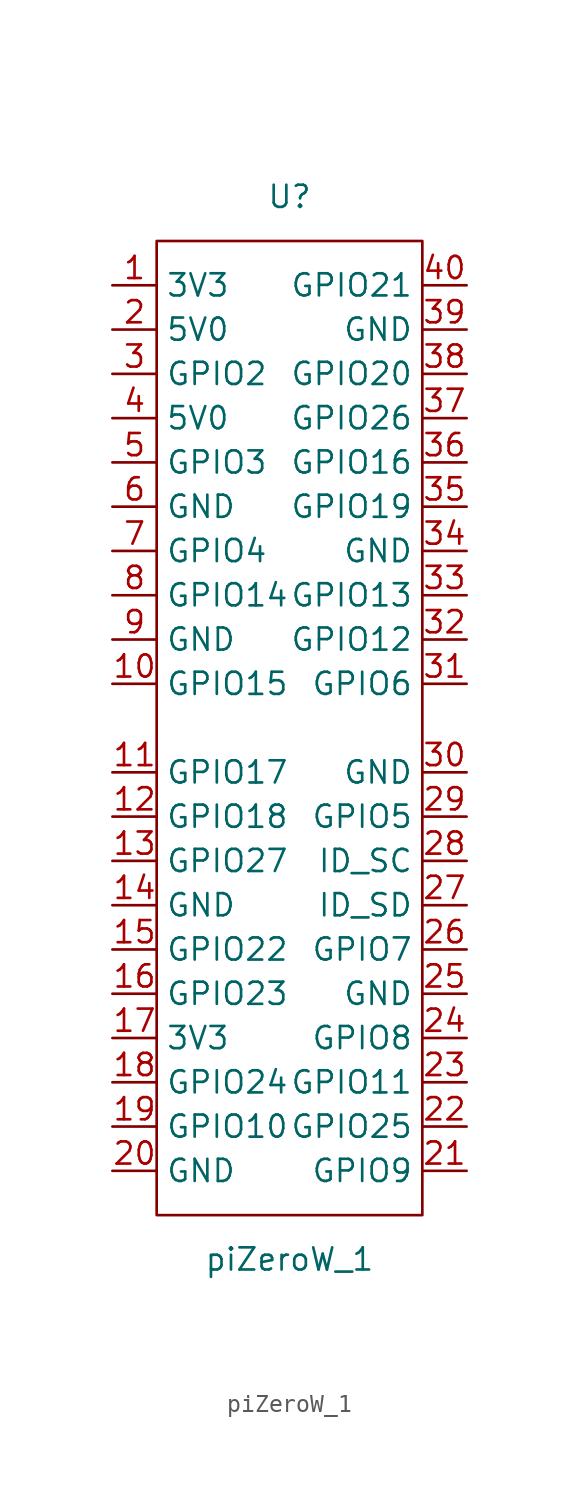
<source format=kicad_sym>
(kicad_symbol_lib
  (version 20211014)
  (generator kicad_symbol_editor)
  (symbol "piZeroW_1"
    (property "Reference" "U"
      (at 0 30.48 0)
      (effects (font (size 1.27 1.27))))
    (property "Value" "piZeroW_1"
      (at 0 -30.48 0)
      (effects (font (size 1.27 1.27))))
    (symbol "piZeroW_1_0_1"
      (rectangle (start -7.62 27.94) (end 7.62 -27.94) (stroke (width 0) (type default) (color 0 0 0 0)) (fill (type none))))
    (symbol "piZeroW_1_1_1"
      (pin power_in line (at -10.16 25.4 0) (length 2.54) (name "3V3" (effects (font (size 1.27 1.27)))) (number "1" (effects (font (size 1.27 1.27)))))
      (pin bidirectional line (at -10.16 2.54 0) (length 2.54) (name "GPIO15" (effects (font (size 1.27 1.27)))) (number "10" (effects (font (size 1.27 1.27)))) (alternate "UART_RXD" bidirectional line))
      (pin bidirectional line (at -10.16 -2.54 0) (length 2.54) (name "GPIO17" (effects (font (size 1.27 1.27)))) (number "11" (effects (font (size 1.27 1.27)))))
      (pin bidirectional line (at -10.16 -5.08 0) (length 2.54) (name "GPIO18" (effects (font (size 1.27 1.27)))) (number "12" (effects (font (size 1.27 1.27)))))
      (pin bidirectional line (at -10.16 -7.62 0) (length 2.54) (name "GPIO27" (effects (font (size 1.27 1.27)))) (number "13" (effects (font (size 1.27 1.27)))))
      (pin passive line (at -10.16 -10.16 0) (length 2.54) (name "GND" (effects (font (size 1.27 1.27)))) (number "14" (effects (font (size 1.27 1.27)))))
      (pin bidirectional line (at -10.16 -12.7 0) (length 2.54) (name "GPIO22" (effects (font (size 1.27 1.27)))) (number "15" (effects (font (size 1.27 1.27)))))
      (pin bidirectional line (at -10.16 -15.24 0) (length 2.54) (name "GPIO23" (effects (font (size 1.27 1.27)))) (number "16" (effects (font (size 1.27 1.27)))))
      (pin power_in line (at -10.16 -17.78 0) (length 2.54) (name "3V3" (effects (font (size 1.27 1.27)))) (number "17" (effects (font (size 1.27 1.27)))))
      (pin bidirectional line (at -10.16 -20.32 0) (length 2.54) (name "GPIO24" (effects (font (size 1.27 1.27)))) (number "18" (effects (font (size 1.27 1.27)))))
      (pin bidirectional line (at -10.16 -22.86 0) (length 2.54) (name "GPIO10" (effects (font (size 1.27 1.27)))) (number "19" (effects (font (size 1.27 1.27)))) (alternate "SPI_MOSI" bidirectional line))
      (pin power_in line (at -10.16 22.86 0) (length 2.54) (name "5V0" (effects (font (size 1.27 1.27)))) (number "2" (effects (font (size 1.27 1.27)))))
      (pin passive line (at -10.16 -25.4 0) (length 2.54) (name "GND" (effects (font (size 1.27 1.27)))) (number "20" (effects (font (size 1.27 1.27)))))
      (pin bidirectional line (at 10.16 -25.4 180) (length 2.54) (name "GPIO9" (effects (font (size 1.27 1.27)))) (number "21" (effects (font (size 1.27 1.27)))) (alternate "SPI_MISO" bidirectional line))
      (pin bidirectional line (at 10.16 -22.86 180) (length 2.54) (name "GPIO25" (effects (font (size 1.27 1.27)))) (number "22" (effects (font (size 1.27 1.27)))))
      (pin bidirectional line (at 10.16 -20.32 180) (length 2.54) (name "GPIO11" (effects (font (size 1.27 1.27)))) (number "23" (effects (font (size 1.27 1.27)))) (alternate "SPI_SCLK" bidirectional line))
      (pin bidirectional line (at 10.16 -17.78 180) (length 2.54) (name "GPIO8" (effects (font (size 1.27 1.27)))) (number "24" (effects (font (size 1.27 1.27)))))
      (pin passive line (at 10.16 -15.24 180) (length 2.54) (name "GND" (effects (font (size 1.27 1.27)))) (number "25" (effects (font (size 1.27 1.27)))))
      (pin bidirectional line (at 10.16 -12.7 180) (length 2.54) (name "GPIO7" (effects (font (size 1.27 1.27)))) (number "26" (effects (font (size 1.27 1.27)))))
      (pin bidirectional line (at 10.16 -10.16 180) (length 2.54) (name "ID_SD" (effects (font (size 1.27 1.27)))) (number "27" (effects (font (size 1.27 1.27)))))
      (pin bidirectional line (at 10.16 -7.62 180) (length 2.54) (name "ID_SC" (effects (font (size 1.27 1.27)))) (number "28" (effects (font (size 1.27 1.27)))))
      (pin bidirectional line (at 10.16 -5.08 180) (length 2.54) (name "GPIO5" (effects (font (size 1.27 1.27)))) (number "29" (effects (font (size 1.27 1.27)))))
      (pin bidirectional line (at -10.16 20.32 0) (length 2.54) (name "GPIO2" (effects (font (size 1.27 1.27)))) (number "3" (effects (font (size 1.27 1.27)))) (alternate "I2C_SDA" bidirectional line))
      (pin passive line (at 10.16 -2.54 180) (length 2.54) (name "GND" (effects (font (size 1.27 1.27)))) (number "30" (effects (font (size 1.27 1.27)))))
      (pin bidirectional line (at 10.16 2.54 180) (length 2.54) (name "GPIO6" (effects (font (size 1.27 1.27)))) (number "31" (effects (font (size 1.27 1.27)))))
      (pin bidirectional line (at 10.16 5.08 180) (length 2.54) (name "GPIO12" (effects (font (size 1.27 1.27)))) (number "32" (effects (font (size 1.27 1.27)))))
      (pin bidirectional line (at 10.16 7.62 180) (length 2.54) (name "GPIO13" (effects (font (size 1.27 1.27)))) (number "33" (effects (font (size 1.27 1.27)))))
      (pin passive line (at 10.16 10.16 180) (length 2.54) (name "GND" (effects (font (size 1.27 1.27)))) (number "34" (effects (font (size 1.27 1.27)))))
      (pin bidirectional line (at 10.16 12.7 180) (length 2.54) (name "GPIO19" (effects (font (size 1.27 1.27)))) (number "35" (effects (font (size 1.27 1.27)))))
      (pin bidirectional line (at 10.16 15.24 180) (length 2.54) (name "GPIO16" (effects (font (size 1.27 1.27)))) (number "36" (effects (font (size 1.27 1.27)))))
      (pin bidirectional line (at 10.16 17.78 180) (length 2.54) (name "GPIO26" (effects (font (size 1.27 1.27)))) (number "37" (effects (font (size 1.27 1.27)))))
      (pin bidirectional line (at 10.16 20.32 180) (length 2.54) (name "GPIO20" (effects (font (size 1.27 1.27)))) (number "38" (effects (font (size 1.27 1.27)))))
      (pin passive line (at 10.16 22.86 180) (length 2.54) (name "GND" (effects (font (size 1.27 1.27)))) (number "39" (effects (font (size 1.27 1.27)))))
      (pin power_in line (at -10.16 17.78 0) (length 2.54) (name "5V0" (effects (font (size 1.27 1.27)))) (number "4" (effects (font (size 1.27 1.27)))))
      (pin bidirectional line (at 10.16 25.4 180) (length 2.54) (name "GPIO21" (effects (font (size 1.27 1.27)))) (number "40" (effects (font (size 1.27 1.27)))))
      (pin bidirectional line (at -10.16 15.24 0) (length 2.54) (name "GPIO3" (effects (font (size 1.27 1.27)))) (number "5" (effects (font (size 1.27 1.27)))) (alternate "I2C_SCL" bidirectional line))
      (pin passive line (at -10.16 12.7 0) (length 2.54) (name "GND" (effects (font (size 1.27 1.27)))) (number "6" (effects (font (size 1.27 1.27)))))
      (pin bidirectional line (at -10.16 10.16 0) (length 2.54) (name "GPIO4" (effects (font (size 1.27 1.27)))) (number "7" (effects (font (size 1.27 1.27)))))
      (pin bidirectional line (at -10.16 7.62 0) (length 2.54) (name "GPIO14" (effects (font (size 1.27 1.27)))) (number "8" (effects (font (size 1.27 1.27)))) (alternate "UART_TXD" bidirectional line))
      (pin passive line (at -10.16 5.08 0) (length 2.54) (name "GND" (effects (font (size 1.27 1.27)))) (number "9" (effects (font (size 1.27 1.27))))))))
</source>
